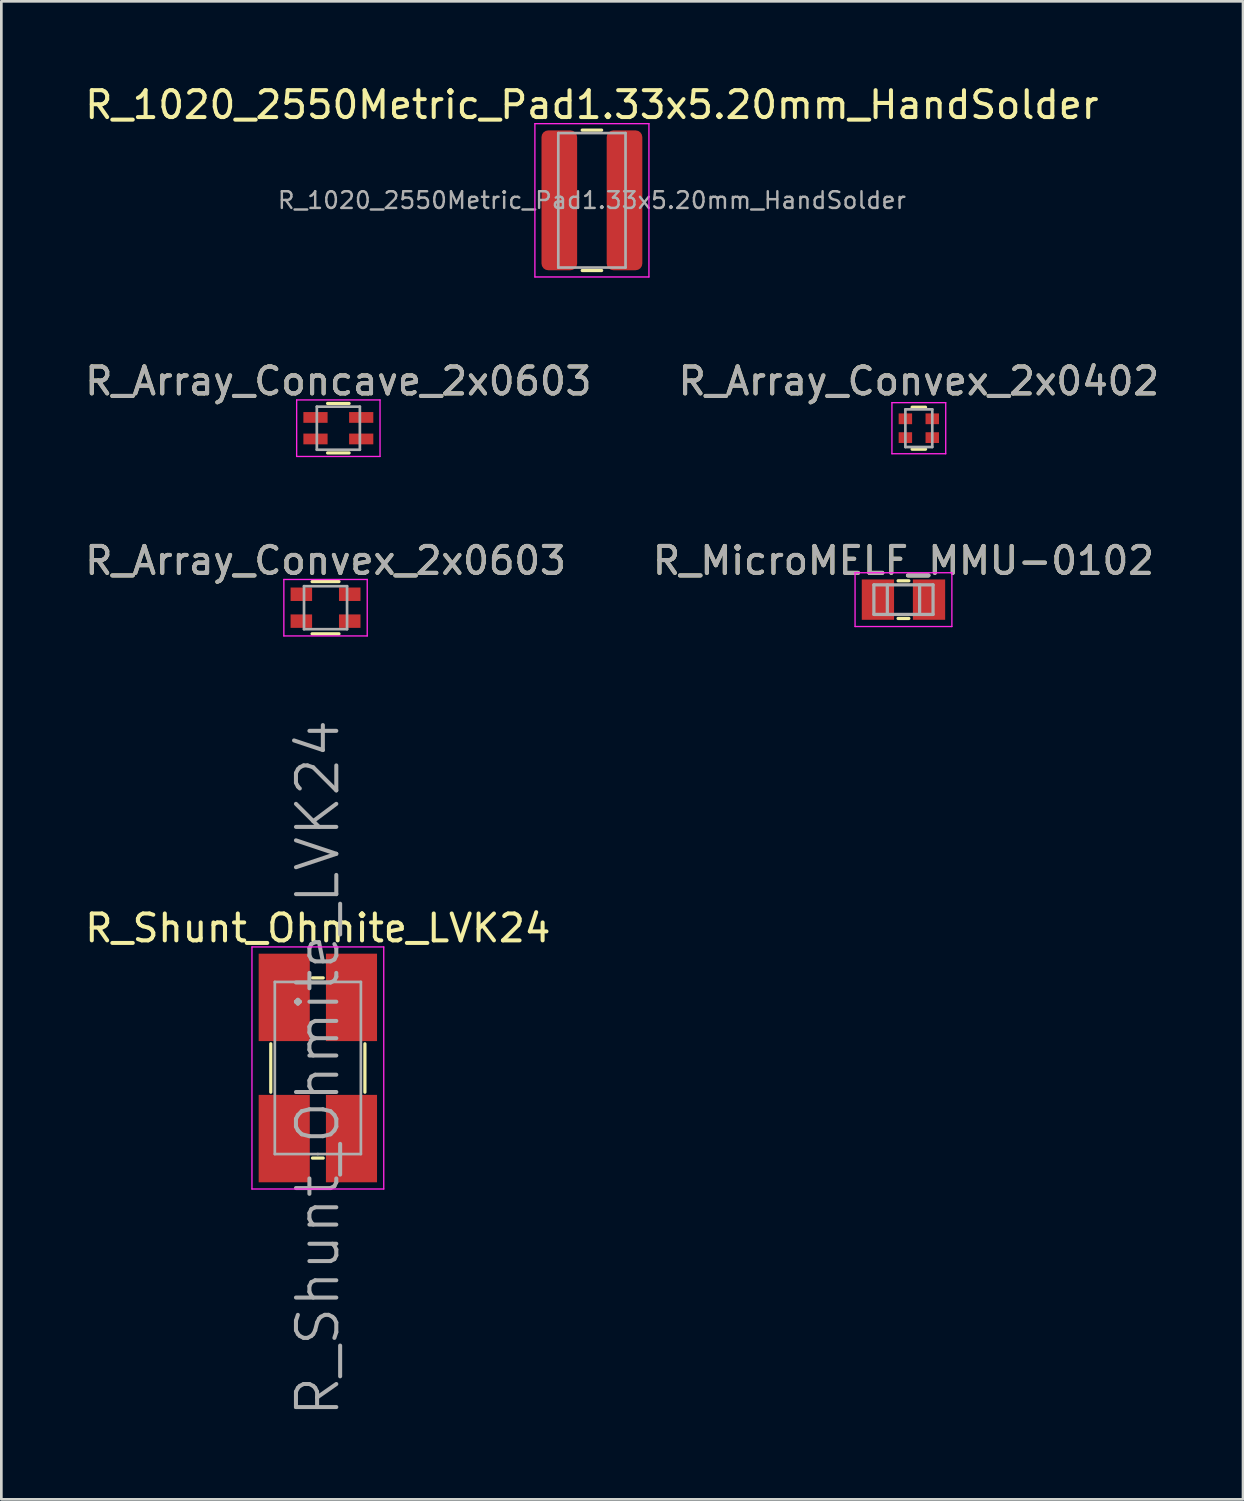
<source format=kicad_pcb>
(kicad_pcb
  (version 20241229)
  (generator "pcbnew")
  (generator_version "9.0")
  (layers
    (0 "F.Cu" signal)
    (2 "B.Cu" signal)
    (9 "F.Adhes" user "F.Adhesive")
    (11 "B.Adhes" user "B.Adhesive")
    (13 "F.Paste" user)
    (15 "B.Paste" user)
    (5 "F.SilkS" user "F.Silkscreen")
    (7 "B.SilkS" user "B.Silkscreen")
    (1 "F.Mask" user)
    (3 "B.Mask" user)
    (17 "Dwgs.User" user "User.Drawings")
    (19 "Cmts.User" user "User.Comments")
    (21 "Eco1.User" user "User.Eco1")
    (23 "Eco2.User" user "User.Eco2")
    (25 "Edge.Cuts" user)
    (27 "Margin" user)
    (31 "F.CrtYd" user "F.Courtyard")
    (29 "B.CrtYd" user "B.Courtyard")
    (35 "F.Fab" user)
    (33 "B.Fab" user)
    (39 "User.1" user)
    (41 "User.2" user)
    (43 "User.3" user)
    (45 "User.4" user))
  (footprint "R_Shunt_Ohmite_LVK24"
    (layer "F.Cu")
    (at 8.768 36.659)
    (property "Reference" "R_Shunt_Ohmite_LVK24" (at 0 -5.2 0) (layer "F.SilkS") (effects (font (size 1 1) (thickness 0.15))))
    (attr smd)
    (fp_line (start -1.75 0.9) (end -1.75 -0.9) (stroke (width 0.12) (type solid)) (layer "F.SilkS"))
    (fp_line (start 0.2 -3.35) (end -0.2 -3.35) (stroke (width 0.12) (type solid)) (layer "F.SilkS"))
    (fp_line (start 0.2 3.35) (end -0.2 3.35) (stroke (width 0.12) (type solid)) (layer "F.SilkS"))
    (fp_line (start 1.75 -0.9) (end 1.75 0.9) (stroke (width 0.12) (type solid)) (layer "F.SilkS"))
    (fp_line (start -2.45 -4.5) (end 2.45 -4.5) (stroke (width 0.05) (type solid)) (layer "F.CrtYd"))
    (fp_line (start -2.45 4.5) (end -2.45 -4.5) (stroke (width 0.05) (type solid)) (layer "F.CrtYd"))
    (fp_line (start 2.45 -4.5) (end 2.45 4.5) (stroke (width 0.05) (type solid)) (layer "F.CrtYd"))
    (fp_line (start 2.45 4.5) (end -2.45 4.5) (stroke (width 0.05) (type solid)) (layer "F.CrtYd"))
    (fp_line (start -1.6 -3.2) (end 1.6 -3.2) (stroke (width 0.1) (type solid)) (layer "F.Fab"))
    (fp_line (start -1.6 3.2) (end -1.6 -3.2) (stroke (width 0.1) (type solid)) (layer "F.Fab"))
    (fp_line (start 0 3.2) (end -1.6 3.2) (stroke (width 0.1) (type solid)) (layer "F.Fab"))
    (fp_line (start 1.6 -3.2) (end 1.6 3.2) (stroke (width 0.1) (type solid)) (layer "F.Fab"))
    (fp_line (start 1.6 3.2) (end 0 3.2) (stroke (width 0.1) (type solid)) (layer "F.Fab"))
    (fp_text user "${REFERENCE}" (at 0 0 90) (layer "F.Fab") (effects (font (size 1.5 1.5) (thickness 0.15))))
    (pad "1" smd rect (at -1.25 -2.625) (size 1.9 3.25) (layers "F.Cu" "F.Mask" "F.Paste"))
    (pad "2" smd rect (at 1.25 -2.625) (size 1.9 3.25) (layers "F.Cu" "F.Mask" "F.Paste"))
    (pad "3" smd rect (at 1.25 2.625) (size 1.9 3.25) (layers "F.Cu" "F.Mask" "F.Paste"))
    (pad "4" smd rect (at -1.25 2.625) (size 1.9 3.25) (layers "F.Cu" "F.Mask" "F.Paste")))
  (footprint "R_Array_Convex_2x0402"
    (layer "F.Cu")
    (at 31.113 12.871)
    (property "Reference" "R_Array_Convex_2x0402" (at 0 -1.75 0) (layer "F.SilkS") (effects (font (size 1 1) (thickness 0.15))))
    (attr smd)
    (fp_line (start 0.25 -0.78) (end -0.25 -0.78) (stroke (width 0.12) (type solid)) (layer "F.SilkS"))
    (fp_line (start 0.25 0.78) (end -0.25 0.78) (stroke (width 0.12) (type solid)) (layer "F.SilkS"))
    (fp_line (start -1 -0.95) (end -1 0.95) (stroke (width 0.05) (type solid)) (layer "F.CrtYd"))
    (fp_line (start -1 -0.95) (end 1 -0.95) (stroke (width 0.05) (type solid)) (layer "F.CrtYd"))
    (fp_line (start 1 0.95) (end -1 0.95) (stroke (width 0.05) (type solid)) (layer "F.CrtYd"))
    (fp_line (start 1 0.95) (end 1 -0.95) (stroke (width 0.05) (type solid)) (layer "F.CrtYd"))
    (fp_line (start -0.5 -0.7) (end -0.5 0.7) (stroke (width 0.1) (type solid)) (layer "F.Fab"))
    (fp_line (start -0.5 0.7) (end 0.5 0.7) (stroke (width 0.1) (type solid)) (layer "F.Fab"))
    (fp_line (start 0.5 -0.7) (end -0.5 -0.7) (stroke (width 0.1) (type solid)) (layer "F.Fab"))
    (fp_line (start 0.5 0.7) (end 0.5 -0.7) (stroke (width 0.1) (type solid)) (layer "F.Fab"))
    (fp_text user "${REFERENCE}" (at 0 -1.75 0) (layer "F.Fab") (effects (font (size 1 1) (thickness 0.15))))
    (pad "1" smd rect (at -0.5 -0.35) (size 0.5 0.4) (layers "F.Cu" "F.Mask" "F.Paste"))
    (pad "2" smd rect (at -0.5 0.35) (size 0.5 0.4) (layers "F.Cu" "F.Mask" "F.Paste"))
    (pad "3" smd rect (at 0.5 0.35) (size 0.5 0.4) (layers "F.Cu" "F.Mask" "F.Paste"))
    (pad "4" smd rect (at 0.5 -0.35) (size 0.5 0.4) (layers "F.Cu" "F.Mask" "F.Paste")))
  (footprint "R_1020_2550Metric_Pad1.33x5.20mm_HandSolder"
    (layer "F.Cu")
    (at 18.958 4.398)
    (property "Reference" "R_1020_2550Metric_Pad1.33x5.20mm_HandSolder" (at 0 -3.55 0) (layer "F.SilkS") (effects (font (size 1 1) (thickness 0.15))))
    (attr smd)
    (fp_line (start -0.361 -2.61) (end 0.361 -2.61) (stroke (width 0.12) (type solid)) (layer "F.SilkS"))
    (fp_line (start -0.361 2.61) (end 0.361 2.61) (stroke (width 0.12) (type solid)) (layer "F.SilkS"))
    (fp_line (start -2.12 -2.85) (end 2.12 -2.85) (stroke (width 0.05) (type solid)) (layer "F.CrtYd"))
    (fp_line (start -2.12 2.85) (end -2.12 -2.85) (stroke (width 0.05) (type solid)) (layer "F.CrtYd"))
    (fp_line (start 2.12 -2.85) (end 2.12 2.85) (stroke (width 0.05) (type solid)) (layer "F.CrtYd"))
    (fp_line (start 2.12 2.85) (end -2.12 2.85) (stroke (width 0.05) (type solid)) (layer "F.CrtYd"))
    (fp_line (start -1.25 -2.5) (end 1.25 -2.5) (stroke (width 0.1) (type solid)) (layer "F.Fab"))
    (fp_line (start -1.25 2.5) (end -1.25 -2.5) (stroke (width 0.1) (type solid)) (layer "F.Fab"))
    (fp_line (start 1.25 -2.5) (end 1.25 2.5) (stroke (width 0.1) (type solid)) (layer "F.Fab"))
    (fp_line (start 1.25 2.5) (end -1.25 2.5) (stroke (width 0.1) (type solid)) (layer "F.Fab"))
    (fp_text user "${REFERENCE}" (at 0 0 0) (layer "F.Fab") (effects (font (size 0.62 0.62) (thickness 0.09))))
    (pad "1" smd roundrect (at -1.212 0) (size 1.325 5.2) (layers "F.Cu" "F.Mask" "F.Paste") (roundrect_rratio 0.189))
    (pad "2" smd roundrect (at 1.212 0) (size 1.325 5.2) (layers "F.Cu" "F.Mask" "F.Paste") (roundrect_rratio 0.189)))
  (footprint "R_Array_Convex_2x0603"
    (layer "F.Cu")
    (at 9.054 19.545)
    (property "Reference" "R_Array_Convex_2x0603" (at 0 -1.75 0) (layer "F.SilkS") (effects (font (size 1 1) (thickness 0.15))))
    (attr smd)
    (fp_line (start 0.5 -0.97) (end -0.5 -0.97) (stroke (width 0.12) (type solid)) (layer "F.SilkS"))
    (fp_line (start 0.5 0.97) (end -0.5 0.97) (stroke (width 0.12) (type solid)) (layer "F.SilkS"))
    (fp_line (start -1.55 -1.05) (end -1.55 1.05) (stroke (width 0.05) (type solid)) (layer "F.CrtYd"))
    (fp_line (start -1.55 -1.05) (end 1.55 -1.05) (stroke (width 0.05) (type solid)) (layer "F.CrtYd"))
    (fp_line (start 1.55 1.05) (end -1.55 1.05) (stroke (width 0.05) (type solid)) (layer "F.CrtYd"))
    (fp_line (start 1.55 1.05) (end 1.55 -1.05) (stroke (width 0.05) (type solid)) (layer "F.CrtYd"))
    (fp_line (start -0.8 -0.8) (end 0.8 -0.8) (stroke (width 0.1) (type solid)) (layer "F.Fab"))
    (fp_line (start -0.8 0.8) (end -0.8 -0.8) (stroke (width 0.1) (type solid)) (layer "F.Fab"))
    (fp_line (start 0.8 -0.8) (end 0.8 0.8) (stroke (width 0.1) (type solid)) (layer "F.Fab"))
    (fp_line (start 0.8 0.8) (end -0.8 0.8) (stroke (width 0.1) (type solid)) (layer "F.Fab"))
    (fp_text user "${REFERENCE}" (at 0 -1.75 0) (layer "F.Fab") (effects (font (size 1 1) (thickness 0.15))))
    (pad "1" smd rect (at -0.9 -0.5) (size 0.8 0.5) (layers "F.Cu" "F.Mask" "F.Paste"))
    (pad "2" smd rect (at -0.9 0.5) (size 0.8 0.5) (layers "F.Cu" "F.Mask" "F.Paste"))
    (pad "3" smd rect (at 0.9 0.5) (size 0.8 0.5) (layers "F.Cu" "F.Mask" "F.Paste"))
    (pad "4" smd rect (at 0.9 -0.5) (size 0.8 0.5) (layers "F.Cu" "F.Mask" "F.Paste")))
  (footprint "R_MicroMELF_MMU-0102"
    (layer "F.Cu")
    (at 30.542 19.245)
    (property "Reference" "R_MicroMELF_MMU-0102" (at 0 -1.45 0) (layer "F.SilkS") (effects (font (size 1 1) (thickness 0.15))))
    (attr smd)
    (fp_line (start -0.2 -0.7) (end 0.2 -0.7) (stroke (width 0.12) (type solid)) (layer "F.SilkS"))
    (fp_line (start 0.2 0.7) (end -0.2 0.7) (stroke (width 0.12) (type solid)) (layer "F.SilkS"))
    (fp_line (start -1.8 -1) (end -1.8 1) (stroke (width 0.05) (type solid)) (layer "F.CrtYd"))
    (fp_line (start -1.8 -1) (end 1.8 -1) (stroke (width 0.05) (type solid)) (layer "F.CrtYd"))
    (fp_line (start 1.8 1) (end -1.8 1) (stroke (width 0.05) (type solid)) (layer "F.CrtYd"))
    (fp_line (start 1.8 1) (end 1.8 -1) (stroke (width 0.05) (type solid)) (layer "F.CrtYd"))
    (fp_line (start -1.1 -0.55) (end 1.1 -0.55) (stroke (width 0.12) (type solid)) (layer "F.Fab"))
    (fp_line (start -1.1 0.55) (end -1.1 -0.55) (stroke (width 0.12) (type solid)) (layer "F.Fab"))
    (fp_line (start -0.6 -0.55) (end -0.6 0.55) (stroke (width 0.12) (type solid)) (layer "F.Fab"))
    (fp_line (start 0.6 -0.55) (end 0.6 0.55) (stroke (width 0.12) (type solid)) (layer "F.Fab"))
    (fp_line (start 1.1 -0.55) (end 1.1 0.55) (stroke (width 0.12) (type solid)) (layer "F.Fab"))
    (fp_line (start 1.1 0.55) (end -1.1 0.55) (stroke (width 0.12) (type solid)) (layer "F.Fab"))
    (fp_text user "${REFERENCE}" (at 0 -1.45 0) (layer "F.Fab") (effects (font (size 1 1) (thickness 0.15))))
    (pad "1" smd rect (at -0.95 0) (size 1.2 1.5) (layers "F.Cu" "F.Mask" "F.Paste"))
    (pad "2" smd rect (at 0.95 0) (size 1.2 1.5) (layers "F.Cu" "F.Mask" "F.Paste")))
  (footprint "R_Array_Concave_2x0603"
    (layer "F.Cu")
    (at 9.53 12.871)
    (property "Reference" "R_Array_Concave_2x0603" (at 0 -1.75 0) (layer "F.SilkS") (effects (font (size 1 1) (thickness 0.15))))
    (attr smd)
    (fp_line (start 0.4 -0.92) (end -0.4 -0.92) (stroke (width 0.12) (type solid)) (layer "F.SilkS"))
    (fp_line (start 0.4 0.92) (end -0.4 0.92) (stroke (width 0.12) (type solid)) (layer "F.SilkS"))
    (fp_line (start -1.55 -1.05) (end -1.55 1.05) (stroke (width 0.05) (type solid)) (layer "F.CrtYd"))
    (fp_line (start -1.55 -1.05) (end 1.55 -1.05) (stroke (width 0.05) (type solid)) (layer "F.CrtYd"))
    (fp_line (start 1.55 1.05) (end -1.55 1.05) (stroke (width 0.05) (type solid)) (layer "F.CrtYd"))
    (fp_line (start 1.55 1.05) (end 1.55 -1.05) (stroke (width 0.05) (type solid)) (layer "F.CrtYd"))
    (fp_line (start -0.8 -0.8) (end 0.8 -0.8) (stroke (width 0.1) (type solid)) (layer "F.Fab"))
    (fp_line (start -0.8 0.8) (end -0.8 -0.8) (stroke (width 0.1) (type solid)) (layer "F.Fab"))
    (fp_line (start 0.8 -0.8) (end 0.8 0.8) (stroke (width 0.1) (type solid)) (layer "F.Fab"))
    (fp_line (start 0.8 0.8) (end -0.8 0.8) (stroke (width 0.1) (type solid)) (layer "F.Fab"))
    (fp_text user "${REFERENCE}" (at 0 -1.75 0) (layer "F.Fab") (effects (font (size 1 1) (thickness 0.15))))
    (pad "1" smd rect (at -0.85 -0.4) (size 0.9 0.4) (layers "F.Cu" "F.Mask" "F.Paste"))
    (pad "2" smd rect (at -0.85 0.4) (size 0.9 0.4) (layers "F.Cu" "F.Mask" "F.Paste"))
    (pad "3" smd rect (at 0.85 0.4) (size 0.9 0.4) (layers "F.Cu" "F.Mask" "F.Paste"))
    (pad "4" smd rect (at 0.85 -0.4) (size 0.9 0.4) (layers "F.Cu" "F.Mask" "F.Paste")))
  (gr_rect
    (start -3 -3)
    (end 43.167 52.698)
    (stroke (width 0.1) (type default))
    (fill no)
    (layer "Edge.Cuts")))
</source>
